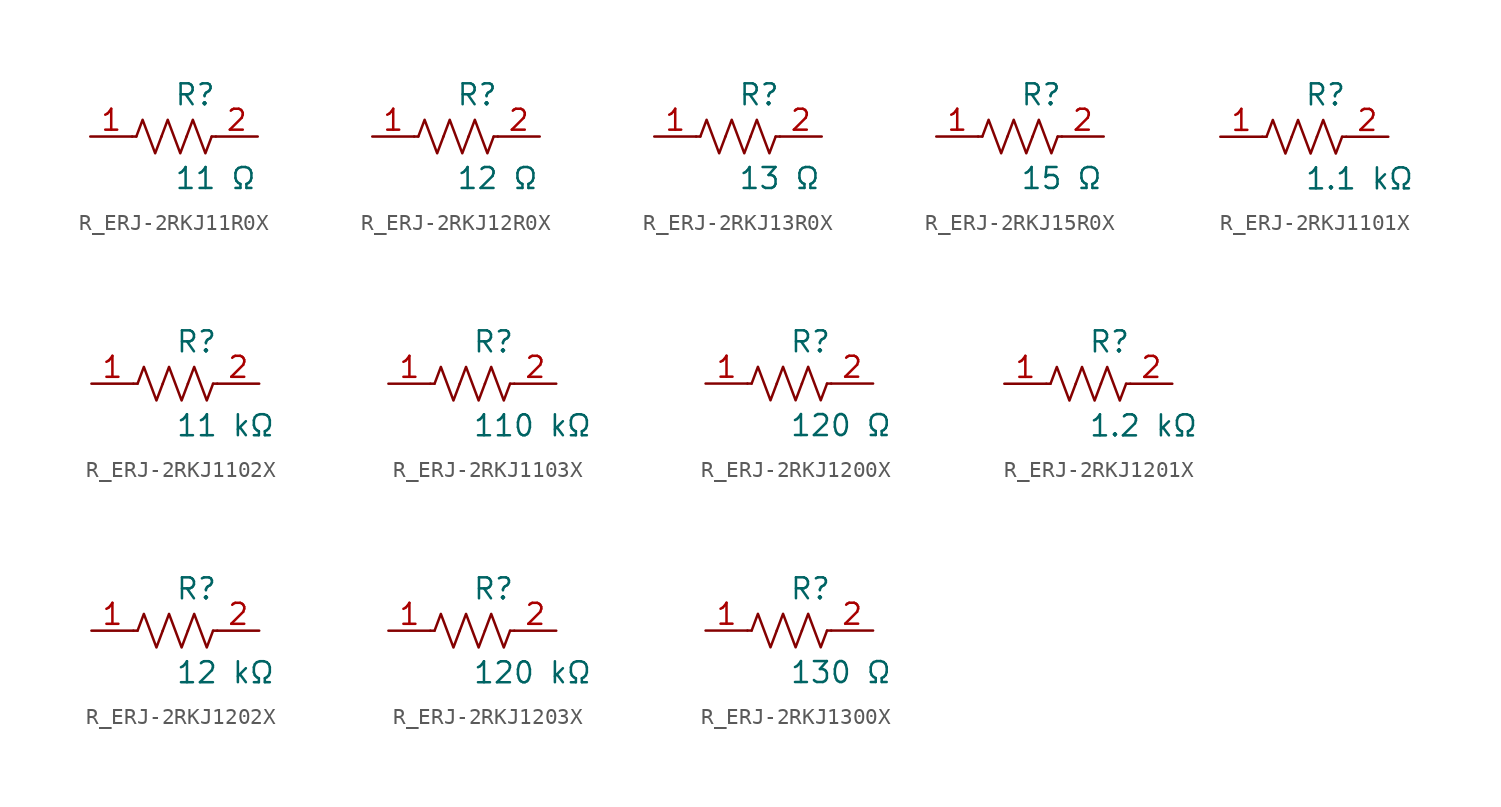
<source format=kicad_sym>
(kicad_symbol_lib
  (version 20231120)
  (generator kicad_symbol_editor)
  (generator_version 8.0)
  (symbol "R_ERJ-2RKJ11R0X"
    (pin_names
      (offset 0.254))
    (property "Reference" "R"
      (at 0.0 2.54 0)
      (effects (font (size 1.27 1.27)) (justify left)))
    (property "Value" "11 Ω"
      (at 0.0 -2.54 0)
      (effects (font (size 1.27 1.27)) (justify left)))
    (symbol "R_ERJ-2RKJ11R0X_0_1"
      (polyline (pts (xy 2.286 0) (xy 2.54 0)) (stroke (width 0) (type default)) (fill (type none)))
      (polyline (pts (xy -2.286 0) (xy -2.54 0)) (stroke (width 0) (type default)) (fill (type none)))
      (polyline (pts (xy 0.762 0) (xy 1.143 1.016) (xy 1.524 0) (xy 1.905 -1.016) (xy 2.286 0)) (stroke (width 0) (type default)) (fill (type none)))
      (polyline (pts (xy -0.762 0) (xy -0.381 1.016) (xy 0 0) (xy 0.381 -1.016) (xy 0.762 0)) (stroke (width 0) (type default)) (fill (type none)))
      (polyline (pts (xy -2.286 0) (xy -1.905 1.016) (xy -1.524 0) (xy -1.143 -1.016) (xy -0.762 0)) (stroke (width 0) (type default)) (fill (type none))))
    (pin unspecified line
      (at -5.08 0 0)
      (length 2.54)
      (name "" (effects (font (size 1.27 1.27))))
      (number "1" (effects (font (size 1.27 1.27)))))
    (pin unspecified line
      (at 5.08 0 180)
      (length 2.54)
      (name "" (effects (font (size 1.27 1.27))))
      (number "2" (effects (font (size 1.27 1.27))))))
  (symbol "R_ERJ-2RKJ12R0X"
    (pin_names
      (offset 0.254))
    (property "Reference" "R"
      (at 0.0 2.54 0)
      (effects (font (size 1.27 1.27)) (justify left)))
    (property "Value" "12 Ω"
      (at 0.0 -2.54 0)
      (effects (font (size 1.27 1.27)) (justify left)))
    (symbol "R_ERJ-2RKJ12R0X_0_1"
      (polyline (pts (xy 2.286 0) (xy 2.54 0)) (stroke (width 0) (type default)) (fill (type none)))
      (polyline (pts (xy -2.286 0) (xy -2.54 0)) (stroke (width 0) (type default)) (fill (type none)))
      (polyline (pts (xy 0.762 0) (xy 1.143 1.016) (xy 1.524 0) (xy 1.905 -1.016) (xy 2.286 0)) (stroke (width 0) (type default)) (fill (type none)))
      (polyline (pts (xy -0.762 0) (xy -0.381 1.016) (xy 0 0) (xy 0.381 -1.016) (xy 0.762 0)) (stroke (width 0) (type default)) (fill (type none)))
      (polyline (pts (xy -2.286 0) (xy -1.905 1.016) (xy -1.524 0) (xy -1.143 -1.016) (xy -0.762 0)) (stroke (width 0) (type default)) (fill (type none))))
    (pin unspecified line
      (at -5.08 0 0)
      (length 2.54)
      (name "" (effects (font (size 1.27 1.27))))
      (number "1" (effects (font (size 1.27 1.27)))))
    (pin unspecified line
      (at 5.08 0 180)
      (length 2.54)
      (name "" (effects (font (size 1.27 1.27))))
      (number "2" (effects (font (size 1.27 1.27))))))
  (symbol "R_ERJ-2RKJ13R0X"
    (pin_names
      (offset 0.254))
    (property "Reference" "R"
      (at 0.0 2.54 0)
      (effects (font (size 1.27 1.27)) (justify left)))
    (property "Value" "13 Ω"
      (at 0.0 -2.54 0)
      (effects (font (size 1.27 1.27)) (justify left)))
    (symbol "R_ERJ-2RKJ13R0X_0_1"
      (polyline (pts (xy 2.286 0) (xy 2.54 0)) (stroke (width 0) (type default)) (fill (type none)))
      (polyline (pts (xy -2.286 0) (xy -2.54 0)) (stroke (width 0) (type default)) (fill (type none)))
      (polyline (pts (xy 0.762 0) (xy 1.143 1.016) (xy 1.524 0) (xy 1.905 -1.016) (xy 2.286 0)) (stroke (width 0) (type default)) (fill (type none)))
      (polyline (pts (xy -0.762 0) (xy -0.381 1.016) (xy 0 0) (xy 0.381 -1.016) (xy 0.762 0)) (stroke (width 0) (type default)) (fill (type none)))
      (polyline (pts (xy -2.286 0) (xy -1.905 1.016) (xy -1.524 0) (xy -1.143 -1.016) (xy -0.762 0)) (stroke (width 0) (type default)) (fill (type none))))
    (pin unspecified line
      (at -5.08 0 0)
      (length 2.54)
      (name "" (effects (font (size 1.27 1.27))))
      (number "1" (effects (font (size 1.27 1.27)))))
    (pin unspecified line
      (at 5.08 0 180)
      (length 2.54)
      (name "" (effects (font (size 1.27 1.27))))
      (number "2" (effects (font (size 1.27 1.27))))))
  (symbol "R_ERJ-2RKJ15R0X"
    (pin_names
      (offset 0.254))
    (property "Reference" "R"
      (at 0.0 2.54 0)
      (effects (font (size 1.27 1.27)) (justify left)))
    (property "Value" "15 Ω"
      (at 0.0 -2.54 0)
      (effects (font (size 1.27 1.27)) (justify left)))
    (symbol "R_ERJ-2RKJ15R0X_0_1"
      (polyline (pts (xy 2.286 0) (xy 2.54 0)) (stroke (width 0) (type default)) (fill (type none)))
      (polyline (pts (xy -2.286 0) (xy -2.54 0)) (stroke (width 0) (type default)) (fill (type none)))
      (polyline (pts (xy 0.762 0) (xy 1.143 1.016) (xy 1.524 0) (xy 1.905 -1.016) (xy 2.286 0)) (stroke (width 0) (type default)) (fill (type none)))
      (polyline (pts (xy -0.762 0) (xy -0.381 1.016) (xy 0 0) (xy 0.381 -1.016) (xy 0.762 0)) (stroke (width 0) (type default)) (fill (type none)))
      (polyline (pts (xy -2.286 0) (xy -1.905 1.016) (xy -1.524 0) (xy -1.143 -1.016) (xy -0.762 0)) (stroke (width 0) (type default)) (fill (type none))))
    (pin unspecified line
      (at -5.08 0 0)
      (length 2.54)
      (name "" (effects (font (size 1.27 1.27))))
      (number "1" (effects (font (size 1.27 1.27)))))
    (pin unspecified line
      (at 5.08 0 180)
      (length 2.54)
      (name "" (effects (font (size 1.27 1.27))))
      (number "2" (effects (font (size 1.27 1.27))))))
  (symbol "R_ERJ-2RKJ1101X"
    (pin_names
      (offset 0.254))
    (property "Reference" "R"
      (at 0.0 2.54 0)
      (effects (font (size 1.27 1.27)) (justify left)))
    (property "Value" "1.1 kΩ"
      (at 0.0 -2.54 0)
      (effects (font (size 1.27 1.27)) (justify left)))
    (symbol "R_ERJ-2RKJ1101X_0_1"
      (polyline (pts (xy 2.286 0) (xy 2.54 0)) (stroke (width 0) (type default)) (fill (type none)))
      (polyline (pts (xy -2.286 0) (xy -2.54 0)) (stroke (width 0) (type default)) (fill (type none)))
      (polyline (pts (xy 0.762 0) (xy 1.143 1.016) (xy 1.524 0) (xy 1.905 -1.016) (xy 2.286 0)) (stroke (width 0) (type default)) (fill (type none)))
      (polyline (pts (xy -0.762 0) (xy -0.381 1.016) (xy 0 0) (xy 0.381 -1.016) (xy 0.762 0)) (stroke (width 0) (type default)) (fill (type none)))
      (polyline (pts (xy -2.286 0) (xy -1.905 1.016) (xy -1.524 0) (xy -1.143 -1.016) (xy -0.762 0)) (stroke (width 0) (type default)) (fill (type none))))
    (pin unspecified line
      (at -5.08 0 0)
      (length 2.54)
      (name "" (effects (font (size 1.27 1.27))))
      (number "1" (effects (font (size 1.27 1.27)))))
    (pin unspecified line
      (at 5.08 0 180)
      (length 2.54)
      (name "" (effects (font (size 1.27 1.27))))
      (number "2" (effects (font (size 1.27 1.27))))))
  (symbol "R_ERJ-2RKJ1102X"
    (pin_names
      (offset 0.254))
    (property "Reference" "R"
      (at 0.0 2.54 0)
      (effects (font (size 1.27 1.27)) (justify left)))
    (property "Value" "11 kΩ"
      (at 0.0 -2.54 0)
      (effects (font (size 1.27 1.27)) (justify left)))
    (symbol "R_ERJ-2RKJ1102X_0_1"
      (polyline (pts (xy 2.286 0) (xy 2.54 0)) (stroke (width 0) (type default)) (fill (type none)))
      (polyline (pts (xy -2.286 0) (xy -2.54 0)) (stroke (width 0) (type default)) (fill (type none)))
      (polyline (pts (xy 0.762 0) (xy 1.143 1.016) (xy 1.524 0) (xy 1.905 -1.016) (xy 2.286 0)) (stroke (width 0) (type default)) (fill (type none)))
      (polyline (pts (xy -0.762 0) (xy -0.381 1.016) (xy 0 0) (xy 0.381 -1.016) (xy 0.762 0)) (stroke (width 0) (type default)) (fill (type none)))
      (polyline (pts (xy -2.286 0) (xy -1.905 1.016) (xy -1.524 0) (xy -1.143 -1.016) (xy -0.762 0)) (stroke (width 0) (type default)) (fill (type none))))
    (pin unspecified line
      (at -5.08 0 0)
      (length 2.54)
      (name "" (effects (font (size 1.27 1.27))))
      (number "1" (effects (font (size 1.27 1.27)))))
    (pin unspecified line
      (at 5.08 0 180)
      (length 2.54)
      (name "" (effects (font (size 1.27 1.27))))
      (number "2" (effects (font (size 1.27 1.27))))))
  (symbol "R_ERJ-2RKJ1103X"
    (pin_names
      (offset 0.254))
    (property "Reference" "R"
      (at 0.0 2.54 0)
      (effects (font (size 1.27 1.27)) (justify left)))
    (property "Value" "110 kΩ"
      (at 0.0 -2.54 0)
      (effects (font (size 1.27 1.27)) (justify left)))
    (symbol "R_ERJ-2RKJ1103X_0_1"
      (polyline (pts (xy 2.286 0) (xy 2.54 0)) (stroke (width 0) (type default)) (fill (type none)))
      (polyline (pts (xy -2.286 0) (xy -2.54 0)) (stroke (width 0) (type default)) (fill (type none)))
      (polyline (pts (xy 0.762 0) (xy 1.143 1.016) (xy 1.524 0) (xy 1.905 -1.016) (xy 2.286 0)) (stroke (width 0) (type default)) (fill (type none)))
      (polyline (pts (xy -0.762 0) (xy -0.381 1.016) (xy 0 0) (xy 0.381 -1.016) (xy 0.762 0)) (stroke (width 0) (type default)) (fill (type none)))
      (polyline (pts (xy -2.286 0) (xy -1.905 1.016) (xy -1.524 0) (xy -1.143 -1.016) (xy -0.762 0)) (stroke (width 0) (type default)) (fill (type none))))
    (pin unspecified line
      (at -5.08 0 0)
      (length 2.54)
      (name "" (effects (font (size 1.27 1.27))))
      (number "1" (effects (font (size 1.27 1.27)))))
    (pin unspecified line
      (at 5.08 0 180)
      (length 2.54)
      (name "" (effects (font (size 1.27 1.27))))
      (number "2" (effects (font (size 1.27 1.27))))))
  (symbol "R_ERJ-2RKJ1200X"
    (pin_names
      (offset 0.254))
    (property "Reference" "R"
      (at 0.0 2.54 0)
      (effects (font (size 1.27 1.27)) (justify left)))
    (property "Value" "120 Ω"
      (at 0.0 -2.54 0)
      (effects (font (size 1.27 1.27)) (justify left)))
    (symbol "R_ERJ-2RKJ1200X_0_1"
      (polyline (pts (xy 2.286 0) (xy 2.54 0)) (stroke (width 0) (type default)) (fill (type none)))
      (polyline (pts (xy -2.286 0) (xy -2.54 0)) (stroke (width 0) (type default)) (fill (type none)))
      (polyline (pts (xy 0.762 0) (xy 1.143 1.016) (xy 1.524 0) (xy 1.905 -1.016) (xy 2.286 0)) (stroke (width 0) (type default)) (fill (type none)))
      (polyline (pts (xy -0.762 0) (xy -0.381 1.016) (xy 0 0) (xy 0.381 -1.016) (xy 0.762 0)) (stroke (width 0) (type default)) (fill (type none)))
      (polyline (pts (xy -2.286 0) (xy -1.905 1.016) (xy -1.524 0) (xy -1.143 -1.016) (xy -0.762 0)) (stroke (width 0) (type default)) (fill (type none))))
    (pin unspecified line
      (at -5.08 0 0)
      (length 2.54)
      (name "" (effects (font (size 1.27 1.27))))
      (number "1" (effects (font (size 1.27 1.27)))))
    (pin unspecified line
      (at 5.08 0 180)
      (length 2.54)
      (name "" (effects (font (size 1.27 1.27))))
      (number "2" (effects (font (size 1.27 1.27))))))
  (symbol "R_ERJ-2RKJ1201X"
    (pin_names
      (offset 0.254))
    (property "Reference" "R"
      (at 0.0 2.54 0)
      (effects (font (size 1.27 1.27)) (justify left)))
    (property "Value" "1.2 kΩ"
      (at 0.0 -2.54 0)
      (effects (font (size 1.27 1.27)) (justify left)))
    (symbol "R_ERJ-2RKJ1201X_0_1"
      (polyline (pts (xy 2.286 0) (xy 2.54 0)) (stroke (width 0) (type default)) (fill (type none)))
      (polyline (pts (xy -2.286 0) (xy -2.54 0)) (stroke (width 0) (type default)) (fill (type none)))
      (polyline (pts (xy 0.762 0) (xy 1.143 1.016) (xy 1.524 0) (xy 1.905 -1.016) (xy 2.286 0)) (stroke (width 0) (type default)) (fill (type none)))
      (polyline (pts (xy -0.762 0) (xy -0.381 1.016) (xy 0 0) (xy 0.381 -1.016) (xy 0.762 0)) (stroke (width 0) (type default)) (fill (type none)))
      (polyline (pts (xy -2.286 0) (xy -1.905 1.016) (xy -1.524 0) (xy -1.143 -1.016) (xy -0.762 0)) (stroke (width 0) (type default)) (fill (type none))))
    (pin unspecified line
      (at -5.08 0 0)
      (length 2.54)
      (name "" (effects (font (size 1.27 1.27))))
      (number "1" (effects (font (size 1.27 1.27)))))
    (pin unspecified line
      (at 5.08 0 180)
      (length 2.54)
      (name "" (effects (font (size 1.27 1.27))))
      (number "2" (effects (font (size 1.27 1.27))))))
  (symbol "R_ERJ-2RKJ1202X"
    (pin_names
      (offset 0.254))
    (property "Reference" "R"
      (at 0.0 2.54 0)
      (effects (font (size 1.27 1.27)) (justify left)))
    (property "Value" "12 kΩ"
      (at 0.0 -2.54 0)
      (effects (font (size 1.27 1.27)) (justify left)))
    (symbol "R_ERJ-2RKJ1202X_0_1"
      (polyline (pts (xy 2.286 0) (xy 2.54 0)) (stroke (width 0) (type default)) (fill (type none)))
      (polyline (pts (xy -2.286 0) (xy -2.54 0)) (stroke (width 0) (type default)) (fill (type none)))
      (polyline (pts (xy 0.762 0) (xy 1.143 1.016) (xy 1.524 0) (xy 1.905 -1.016) (xy 2.286 0)) (stroke (width 0) (type default)) (fill (type none)))
      (polyline (pts (xy -0.762 0) (xy -0.381 1.016) (xy 0 0) (xy 0.381 -1.016) (xy 0.762 0)) (stroke (width 0) (type default)) (fill (type none)))
      (polyline (pts (xy -2.286 0) (xy -1.905 1.016) (xy -1.524 0) (xy -1.143 -1.016) (xy -0.762 0)) (stroke (width 0) (type default)) (fill (type none))))
    (pin unspecified line
      (at -5.08 0 0)
      (length 2.54)
      (name "" (effects (font (size 1.27 1.27))))
      (number "1" (effects (font (size 1.27 1.27)))))
    (pin unspecified line
      (at 5.08 0 180)
      (length 2.54)
      (name "" (effects (font (size 1.27 1.27))))
      (number "2" (effects (font (size 1.27 1.27))))))
  (symbol "R_ERJ-2RKJ1203X"
    (pin_names
      (offset 0.254))
    (property "Reference" "R"
      (at 0.0 2.54 0)
      (effects (font (size 1.27 1.27)) (justify left)))
    (property "Value" "120 kΩ"
      (at 0.0 -2.54 0)
      (effects (font (size 1.27 1.27)) (justify left)))
    (symbol "R_ERJ-2RKJ1203X_0_1"
      (polyline (pts (xy 2.286 0) (xy 2.54 0)) (stroke (width 0) (type default)) (fill (type none)))
      (polyline (pts (xy -2.286 0) (xy -2.54 0)) (stroke (width 0) (type default)) (fill (type none)))
      (polyline (pts (xy 0.762 0) (xy 1.143 1.016) (xy 1.524 0) (xy 1.905 -1.016) (xy 2.286 0)) (stroke (width 0) (type default)) (fill (type none)))
      (polyline (pts (xy -0.762 0) (xy -0.381 1.016) (xy 0 0) (xy 0.381 -1.016) (xy 0.762 0)) (stroke (width 0) (type default)) (fill (type none)))
      (polyline (pts (xy -2.286 0) (xy -1.905 1.016) (xy -1.524 0) (xy -1.143 -1.016) (xy -0.762 0)) (stroke (width 0) (type default)) (fill (type none))))
    (pin unspecified line
      (at -5.08 0 0)
      (length 2.54)
      (name "" (effects (font (size 1.27 1.27))))
      (number "1" (effects (font (size 1.27 1.27)))))
    (pin unspecified line
      (at 5.08 0 180)
      (length 2.54)
      (name "" (effects (font (size 1.27 1.27))))
      (number "2" (effects (font (size 1.27 1.27))))))
  (symbol "R_ERJ-2RKJ1300X"
    (pin_names
      (offset 0.254))
    (property "Reference" "R"
      (at 0.0 2.54 0)
      (effects (font (size 1.27 1.27)) (justify left)))
    (property "Value" "130 Ω"
      (at 0.0 -2.54 0)
      (effects (font (size 1.27 1.27)) (justify left)))
    (symbol "R_ERJ-2RKJ1300X_0_1"
      (polyline (pts (xy 2.286 0) (xy 2.54 0)) (stroke (width 0) (type default)) (fill (type none)))
      (polyline (pts (xy -2.286 0) (xy -2.54 0)) (stroke (width 0) (type default)) (fill (type none)))
      (polyline (pts (xy 0.762 0) (xy 1.143 1.016) (xy 1.524 0) (xy 1.905 -1.016) (xy 2.286 0)) (stroke (width 0) (type default)) (fill (type none)))
      (polyline (pts (xy -0.762 0) (xy -0.381 1.016) (xy 0 0) (xy 0.381 -1.016) (xy 0.762 0)) (stroke (width 0) (type default)) (fill (type none)))
      (polyline (pts (xy -2.286 0) (xy -1.905 1.016) (xy -1.524 0) (xy -1.143 -1.016) (xy -0.762 0)) (stroke (width 0) (type default)) (fill (type none))))
    (pin unspecified line
      (at -5.08 0 0)
      (length 2.54)
      (name "" (effects (font (size 1.27 1.27))))
      (number "1" (effects (font (size 1.27 1.27)))))
    (pin unspecified line
      (at 5.08 0 180)
      (length 2.54)
      (name "" (effects (font (size 1.27 1.27))))
      (number "2" (effects (font (size 1.27 1.27)))))))
</source>
